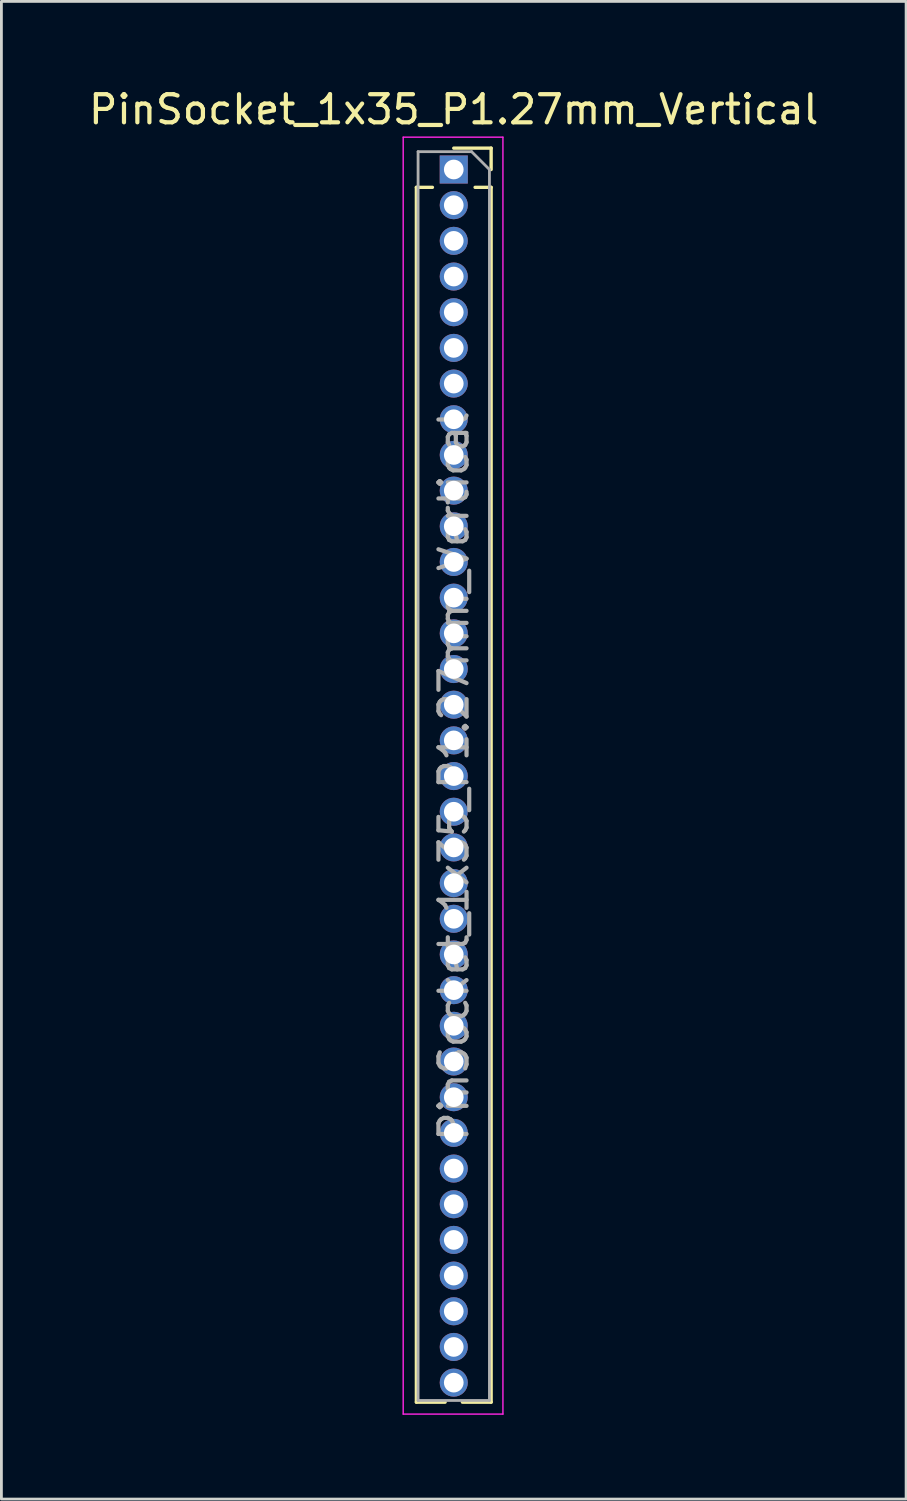
<source format=kicad_pcb>
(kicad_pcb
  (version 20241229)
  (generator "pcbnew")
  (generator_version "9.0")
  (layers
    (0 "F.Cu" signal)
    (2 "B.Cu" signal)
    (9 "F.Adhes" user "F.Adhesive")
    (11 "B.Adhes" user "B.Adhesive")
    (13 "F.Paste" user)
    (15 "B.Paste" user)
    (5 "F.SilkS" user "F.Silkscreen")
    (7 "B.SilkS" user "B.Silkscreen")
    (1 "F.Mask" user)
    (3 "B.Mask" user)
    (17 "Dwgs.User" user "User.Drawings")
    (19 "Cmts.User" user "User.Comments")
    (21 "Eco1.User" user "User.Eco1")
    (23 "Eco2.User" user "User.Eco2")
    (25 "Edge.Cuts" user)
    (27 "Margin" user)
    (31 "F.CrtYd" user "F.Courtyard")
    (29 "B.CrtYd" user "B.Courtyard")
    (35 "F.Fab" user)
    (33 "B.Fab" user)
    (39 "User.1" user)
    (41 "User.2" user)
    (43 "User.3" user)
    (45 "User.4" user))
  (footprint "PinSocket_1x35_P1.27mm_Vertical"
    (layer "F.Cu")
    (at 13.101 2.983)
    (property "Reference" "PinSocket_1x35_P1.27mm_Vertical" (at 0 -2.135 0) (layer "F.SilkS") (effects (font (size 1 1) (thickness 0.15))))
    (attr through_hole)
    (fp_line (start -1.33 0.635) (end -1.33 43.875) (stroke (width 0.12) (type solid)) (layer "F.SilkS"))
    (fp_line (start -1.33 0.635) (end -0.76 0.635) (stroke (width 0.12) (type solid)) (layer "F.SilkS"))
    (fp_line (start -1.33 43.875) (end -0.308 43.875) (stroke (width 0.12) (type solid)) (layer "F.SilkS"))
    (fp_line (start 0 -0.76) (end 1.33 -0.76) (stroke (width 0.12) (type solid)) (layer "F.SilkS"))
    (fp_line (start 0.308 43.875) (end 1.33 43.875) (stroke (width 0.12) (type solid)) (layer "F.SilkS"))
    (fp_line (start 0.76 0.635) (end 1.33 0.635) (stroke (width 0.12) (type solid)) (layer "F.SilkS"))
    (fp_line (start 1.33 -0.76) (end 1.33 0) (stroke (width 0.12) (type solid)) (layer "F.SilkS"))
    (fp_line (start 1.33 0.635) (end 1.33 43.875) (stroke (width 0.12) (type solid)) (layer "F.SilkS"))
    (fp_line (start -1.8 -1.15) (end 1.75 -1.15) (stroke (width 0.05) (type solid)) (layer "F.CrtYd"))
    (fp_line (start -1.8 44.3) (end -1.8 -1.15) (stroke (width 0.05) (type solid)) (layer "F.CrtYd"))
    (fp_line (start 1.75 -1.15) (end 1.75 44.3) (stroke (width 0.05) (type solid)) (layer "F.CrtYd"))
    (fp_line (start 1.75 44.3) (end -1.8 44.3) (stroke (width 0.05) (type solid)) (layer "F.CrtYd"))
    (fp_line (start -1.27 -0.635) (end 0.635 -0.635) (stroke (width 0.1) (type solid)) (layer "F.Fab"))
    (fp_line (start -1.27 43.815) (end -1.27 -0.635) (stroke (width 0.1) (type solid)) (layer "F.Fab"))
    (fp_line (start 0.635 -0.635) (end 1.27 0) (stroke (width 0.1) (type solid)) (layer "F.Fab"))
    (fp_line (start 1.27 0) (end 1.27 43.815) (stroke (width 0.1) (type solid)) (layer "F.Fab"))
    (fp_line (start 1.27 43.815) (end -1.27 43.815) (stroke (width 0.1) (type solid)) (layer "F.Fab"))
    (fp_text user "${REFERENCE}" (at 0 21.59 90) (layer "F.Fab") (effects (font (size 1 1) (thickness 0.15))))
    (pad "1" thru_hole rect (at 0 0) (size 1 1) (drill 0.7) (layers "*.Cu" "*.Mask"))
    (pad "2" thru_hole oval (at 0 1.27) (size 1 1) (drill 0.7) (layers "*.Cu" "*.Mask"))
    (pad "3" thru_hole oval (at 0 2.54) (size 1 1) (drill 0.7) (layers "*.Cu" "*.Mask"))
    (pad "4" thru_hole oval (at 0 3.81) (size 1 1) (drill 0.7) (layers "*.Cu" "*.Mask"))
    (pad "5" thru_hole oval (at 0 5.08) (size 1 1) (drill 0.7) (layers "*.Cu" "*.Mask"))
    (pad "6" thru_hole oval (at 0 6.35) (size 1 1) (drill 0.7) (layers "*.Cu" "*.Mask"))
    (pad "7" thru_hole oval (at 0 7.62) (size 1 1) (drill 0.7) (layers "*.Cu" "*.Mask"))
    (pad "8" thru_hole oval (at 0 8.89) (size 1 1) (drill 0.7) (layers "*.Cu" "*.Mask"))
    (pad "9" thru_hole oval (at 0 10.16) (size 1 1) (drill 0.7) (layers "*.Cu" "*.Mask"))
    (pad "10" thru_hole oval (at 0 11.43) (size 1 1) (drill 0.7) (layers "*.Cu" "*.Mask"))
    (pad "11" thru_hole oval (at 0 12.7) (size 1 1) (drill 0.7) (layers "*.Cu" "*.Mask"))
    (pad "12" thru_hole oval (at 0 13.97) (size 1 1) (drill 0.7) (layers "*.Cu" "*.Mask"))
    (pad "13" thru_hole oval (at 0 15.24) (size 1 1) (drill 0.7) (layers "*.Cu" "*.Mask"))
    (pad "14" thru_hole oval (at 0 16.51) (size 1 1) (drill 0.7) (layers "*.Cu" "*.Mask"))
    (pad "15" thru_hole oval (at 0 17.78) (size 1 1) (drill 0.7) (layers "*.Cu" "*.Mask"))
    (pad "16" thru_hole oval (at 0 19.05) (size 1 1) (drill 0.7) (layers "*.Cu" "*.Mask"))
    (pad "17" thru_hole oval (at 0 20.32) (size 1 1) (drill 0.7) (layers "*.Cu" "*.Mask"))
    (pad "18" thru_hole oval (at 0 21.59) (size 1 1) (drill 0.7) (layers "*.Cu" "*.Mask"))
    (pad "19" thru_hole oval (at 0 22.86) (size 1 1) (drill 0.7) (layers "*.Cu" "*.Mask"))
    (pad "20" thru_hole oval (at 0 24.13) (size 1 1) (drill 0.7) (layers "*.Cu" "*.Mask"))
    (pad "21" thru_hole oval (at 0 25.4) (size 1 1) (drill 0.7) (layers "*.Cu" "*.Mask"))
    (pad "22" thru_hole oval (at 0 26.67) (size 1 1) (drill 0.7) (layers "*.Cu" "*.Mask"))
    (pad "23" thru_hole oval (at 0 27.94) (size 1 1) (drill 0.7) (layers "*.Cu" "*.Mask"))
    (pad "24" thru_hole oval (at 0 29.21) (size 1 1) (drill 0.7) (layers "*.Cu" "*.Mask"))
    (pad "25" thru_hole oval (at 0 30.48) (size 1 1) (drill 0.7) (layers "*.Cu" "*.Mask"))
    (pad "26" thru_hole oval (at 0 31.75) (size 1 1) (drill 0.7) (layers "*.Cu" "*.Mask"))
    (pad "27" thru_hole oval (at 0 33.02) (size 1 1) (drill 0.7) (layers "*.Cu" "*.Mask"))
    (pad "28" thru_hole oval (at 0 34.29) (size 1 1) (drill 0.7) (layers "*.Cu" "*.Mask"))
    (pad "29" thru_hole oval (at 0 35.56) (size 1 1) (drill 0.7) (layers "*.Cu" "*.Mask"))
    (pad "30" thru_hole oval (at 0 36.83) (size 1 1) (drill 0.7) (layers "*.Cu" "*.Mask"))
    (pad "31" thru_hole oval (at 0 38.1) (size 1 1) (drill 0.7) (layers "*.Cu" "*.Mask"))
    (pad "32" thru_hole oval (at 0 39.37) (size 1 1) (drill 0.7) (layers "*.Cu" "*.Mask"))
    (pad "33" thru_hole oval (at 0 40.64) (size 1 1) (drill 0.7) (layers "*.Cu" "*.Mask"))
    (pad "34" thru_hole oval (at 0 41.91) (size 1 1) (drill 0.7) (layers "*.Cu" "*.Mask"))
    (pad "35" thru_hole oval (at 0 43.18) (size 1 1) (drill 0.7) (layers "*.Cu" "*.Mask")))
  (gr_rect
    (start -3 -3)
    (end 29.202 50.308)
    (stroke (width 0.1) (type default))
    (fill no)
    (layer "Edge.Cuts")))
</source>
